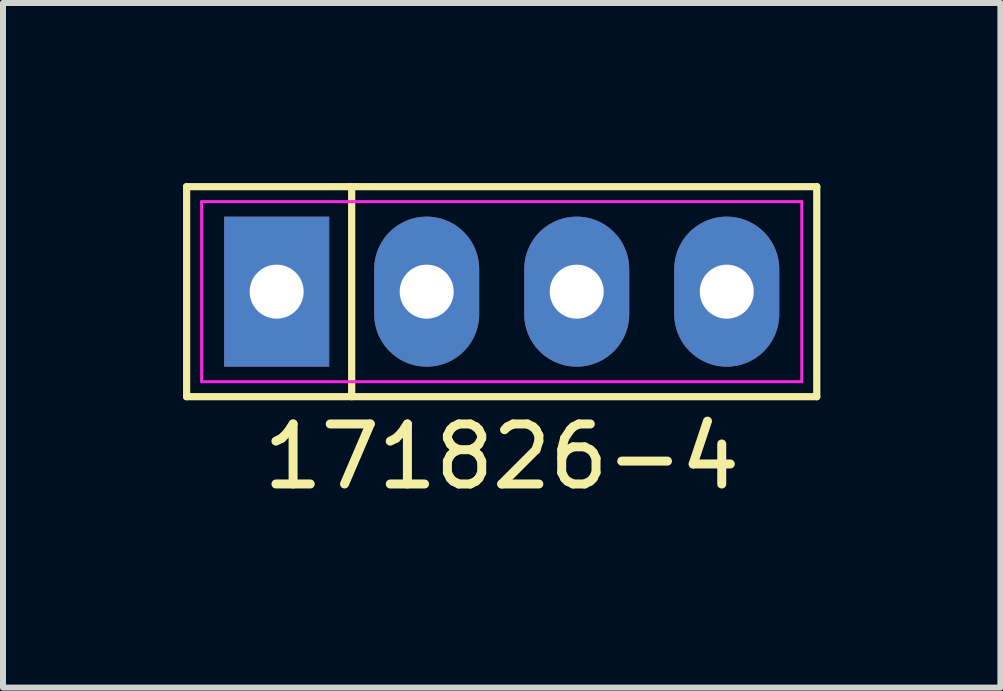
<source format=kicad_pcb>
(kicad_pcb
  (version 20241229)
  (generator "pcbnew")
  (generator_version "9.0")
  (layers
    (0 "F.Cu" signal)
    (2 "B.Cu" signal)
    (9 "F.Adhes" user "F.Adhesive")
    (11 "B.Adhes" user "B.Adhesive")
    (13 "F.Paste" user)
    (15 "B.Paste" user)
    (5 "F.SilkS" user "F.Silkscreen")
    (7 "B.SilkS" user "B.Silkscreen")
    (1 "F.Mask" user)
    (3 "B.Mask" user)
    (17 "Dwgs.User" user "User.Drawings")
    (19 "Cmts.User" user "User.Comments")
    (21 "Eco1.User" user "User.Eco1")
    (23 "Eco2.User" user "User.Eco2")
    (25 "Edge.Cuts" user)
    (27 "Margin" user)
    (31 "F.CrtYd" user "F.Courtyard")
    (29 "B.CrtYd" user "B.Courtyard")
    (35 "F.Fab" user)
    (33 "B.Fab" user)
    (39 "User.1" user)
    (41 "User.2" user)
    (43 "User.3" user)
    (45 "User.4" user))
  (footprint "171826-4"
    (layer "F.Cu")
    (at 5.31 1.81)
    (property "Reference" "171826-4" (at 0 2.75 0) (layer "F.SilkS") (effects (font (size 1 1) (thickness 0.15))))
    (fp_line (start -5.25 -1.75) (end 5.25 -1.75) (stroke (width 0.12) (type solid)) (layer "F.SilkS"))
    (fp_line (start -5.25 1.75) (end -5.25 -1.75) (stroke (width 0.12) (type solid)) (layer "F.SilkS"))
    (fp_line (start -2.5 -1.75) (end -2.5 1.75) (stroke (width 0.12) (type solid)) (layer "F.SilkS"))
    (fp_line (start 5.25 -1.75) (end 5.25 1.75) (stroke (width 0.12) (type solid)) (layer "F.SilkS"))
    (fp_line (start 5.25 1.75) (end -5.25 1.75) (stroke (width 0.12) (type solid)) (layer "F.SilkS"))
    (fp_line (start -5 -1.5) (end 5 -1.5) (stroke (width 0.05) (type solid)) (layer "F.CrtYd"))
    (fp_line (start -5 1.5) (end -5 -1.5) (stroke (width 0.05) (type solid)) (layer "F.CrtYd"))
    (fp_line (start 5 -1.5) (end 5 1.5) (stroke (width 0.05) (type solid)) (layer "F.CrtYd"))
    (fp_line (start 5 1.5) (end -5 1.5) (stroke (width 0.05) (type solid)) (layer "F.CrtYd"))
    (pad "1" thru_hole rect (at -3.75 0) (size 1.75 2.5) (drill 0.9) (layers "*.Cu" "*.Mask"))
    (pad "2" thru_hole oval (at -1.25 0) (size 1.75 2.5) (drill 0.9) (layers "*.Cu" "*.Mask"))
    (pad "3" thru_hole oval (at 1.25 0) (size 1.75 2.5) (drill 0.9) (layers "*.Cu" "*.Mask"))
    (pad "4" thru_hole oval (at 3.75 0) (size 1.75 2.5) (drill 0.9) (layers "*.Cu" "*.Mask")))
  (gr_rect
    (start -3 -3)
    (end 13.62 8.408)
    (stroke (width 0.1) (type default))
    (fill no)
    (layer "Edge.Cuts")))
</source>
